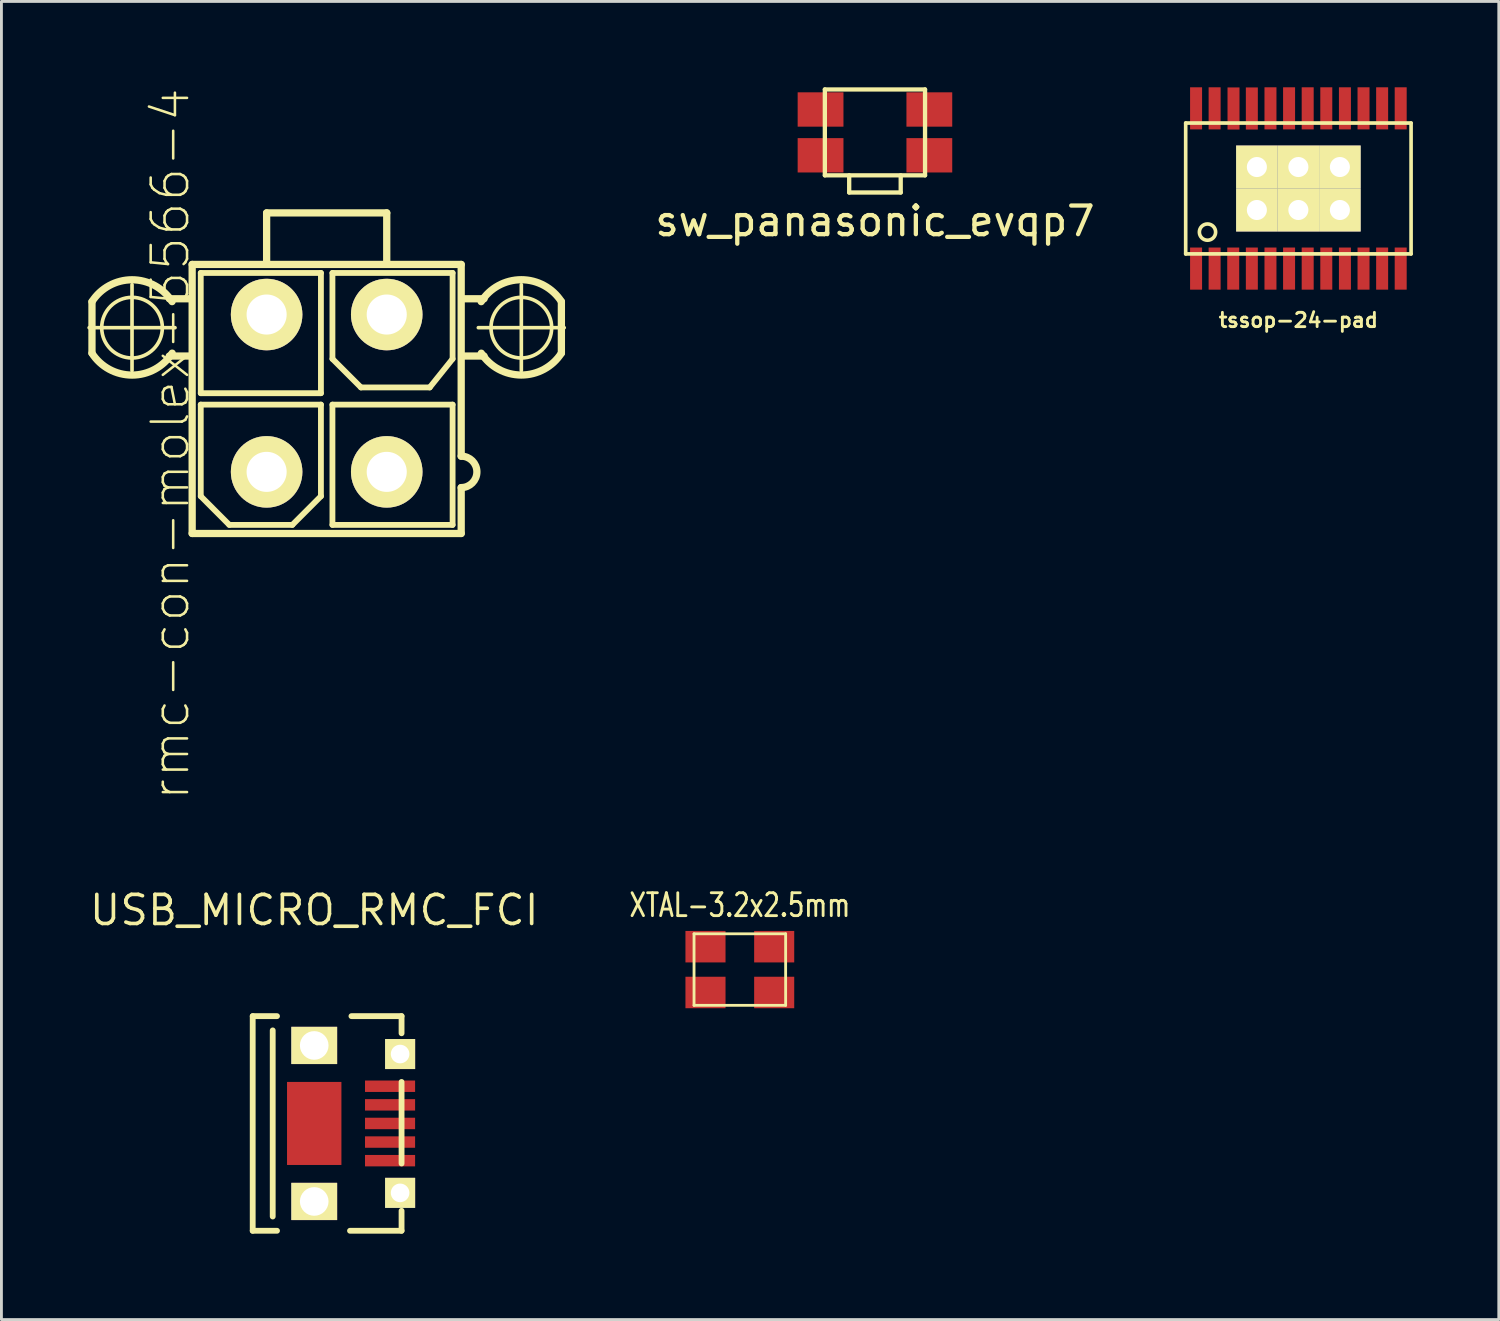
<source format=kicad_pcb>
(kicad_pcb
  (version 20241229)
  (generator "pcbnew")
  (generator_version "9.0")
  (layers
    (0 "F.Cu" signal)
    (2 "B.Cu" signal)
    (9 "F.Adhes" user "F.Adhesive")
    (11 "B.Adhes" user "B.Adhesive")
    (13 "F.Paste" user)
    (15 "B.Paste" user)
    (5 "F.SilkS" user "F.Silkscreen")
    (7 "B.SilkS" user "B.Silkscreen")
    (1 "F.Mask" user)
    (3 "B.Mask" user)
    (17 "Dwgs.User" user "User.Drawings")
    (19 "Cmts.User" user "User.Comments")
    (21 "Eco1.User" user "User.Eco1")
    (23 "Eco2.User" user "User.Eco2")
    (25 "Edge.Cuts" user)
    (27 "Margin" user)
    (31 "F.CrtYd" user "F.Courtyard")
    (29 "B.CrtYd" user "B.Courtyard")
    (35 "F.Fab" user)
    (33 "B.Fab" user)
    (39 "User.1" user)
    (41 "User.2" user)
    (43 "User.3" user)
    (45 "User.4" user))
  (footprint "USB_MICRO_RMC_FCI"
    (layer "F.Cu")
    (at 7.927 36.196)
    (property "Reference" "USB_MICRO_RMC_FCI" (at 0 -7.45 0) (layer "F.SilkS") (effects (font (size 1.016 1.016) (thickness 0.127))))
    (attr through_hole)
    (fp_line (start -2.149 -3.749) (end -1.3 -3.749) (stroke (width 0.203) (type solid)) (layer "F.SilkS"))
    (fp_line (start -2.149 3.749) (end -2.149 -3.749) (stroke (width 0.203) (type solid)) (layer "F.SilkS"))
    (fp_line (start -2.149 3.749) (end -1.3 3.749) (stroke (width 0.203) (type solid)) (layer "F.SilkS"))
    (fp_line (start -1.45 -3.251) (end -1.45 3.251) (stroke (width 0.203) (type solid)) (layer "F.SilkS"))
    (fp_line (start 1.25 3.749) (end 3.051 3.749) (stroke (width 0.203) (type solid)) (layer "F.SilkS"))
    (fp_line (start 1.3 -3.749) (end 3.051 -3.749) (stroke (width 0.203) (type solid)) (layer "F.SilkS"))
    (fp_line (start 3.051 -3.749) (end 3.051 -3.15) (stroke (width 0.203) (type solid)) (layer "F.SilkS"))
    (fp_line (start 3.051 -1.45) (end 3.051 1.4) (stroke (width 0.203) (type solid)) (layer "F.SilkS"))
    (fp_line (start 3.051 3.749) (end 3.051 3.051) (stroke (width 0.203) (type solid)) (layer "F.SilkS"))
    (pad "1" smd rect (at 2.649 -1.3) (size 1.75 0.399) (layers "F.Cu" "F.Mask" "F.Paste"))
    (pad "2" smd rect (at 2.649 -0.65) (size 1.75 0.399) (layers "F.Cu" "F.Mask" "F.Paste"))
    (pad "3" smd rect (at 2.649 0) (size 1.75 0.4) (layers "F.Cu" "F.Mask" "F.Paste"))
    (pad "4" smd rect (at 2.649 1.3) (size 1.75 0.399) (layers "F.Cu" "F.Mask" "F.Paste"))
    (pad "5" thru_hole rect (at 0 -2.725) (size 1.6 1.3) (drill 1) (layers "*.Cu" "*.Mask" "F.SilkS"))
    (pad "5" smd rect (at 0 0) (size 1.9 2.901) (layers "F.Cu" "F.Mask" "F.Paste"))
    (pad "5" thru_hole rect (at 0 2.725) (size 1.6 1.3) (drill 1) (layers "*.Cu" "*.Mask" "F.SilkS"))
    (pad "5" thru_hole rect (at 3 -2.425) (size 1.049 1.049) (drill 0.65) (layers "*.Cu" "*.Mask" "F.SilkS"))
    (pad "5" thru_hole rect (at 3 2.425) (size 1.049 1.049) (drill 0.65) (layers "*.Cu" "*.Mask" "F.SilkS"))
    (pad "6" smd rect (at 2.649 0.65) (size 1.75 0.399) (layers "F.Cu" "F.Mask" "F.Paste")))
  (footprint "XTAL-3.2x2.5mm"
    (layer "F.Cu")
    (at 22.795 30.821)
    (property "Reference" "XTAL-3.2x2.5mm" (at 0 -2.25 0) (layer "F.SilkS") (effects (font (size 0.8 0.599) (thickness 0.099))))
    (attr through_hole)
    (fp_line (start -1.6 -1.25) (end 1.6 -1.25) (stroke (width 0.099) (type solid)) (layer "F.SilkS"))
    (fp_line (start -1.6 1.249) (end -1.6 -1.25) (stroke (width 0.099) (type solid)) (layer "F.SilkS"))
    (fp_line (start 1.6 -1.25) (end 1.6 1.249) (stroke (width 0.099) (type solid)) (layer "F.SilkS"))
    (fp_line (start 1.6 1.249) (end -1.6 1.249) (stroke (width 0.099) (type solid)) (layer "F.SilkS"))
    (pad "1" smd rect (at -1.2 0.8) (size 1.4 1.1) (layers "F.Cu" "F.Mask" "F.Paste"))
    (pad "2" smd rect (at 1.2 0.8) (size 1.4 1.1) (layers "F.Cu" "F.Mask" "F.Paste"))
    (pad "3" smd rect (at 1.2 -0.8) (size 1.4 1.1) (layers "F.Cu" "F.Mask" "F.Paste"))
    (pad "4" smd rect (at -1.2 -0.8) (size 1.4 1.1) (layers "F.Cu" "F.Mask" "F.Paste")))
  (footprint "rmc-con-molex-5566-4"
    (layer "F.Cu")
    (at 8.362 10.686)
    (property "Reference" "rmc-con-molex-5566-4" (at -5.461 1.778 90) (layer "F.SilkS") (effects (font (size 1.27 1.27) (thickness 0.089))))
    (attr exclude_from_pos_files exclude_from_bom)
    (fp_line (start -8.298 -2.289) (end -5.298 -2.289) (stroke (width 0.127) (type solid)) (layer "F.SilkS"))
    (fp_line (start -8.199 -3.198) (end -8.199 -1.4) (stroke (width 0.254) (type solid)) (layer "F.SilkS"))
    (fp_line (start -6.8 -0.79) (end -6.8 -3.79) (stroke (width 0.127) (type solid)) (layer "F.SilkS"))
    (fp_line (start -5.499 -3.299) (end -4.798 -3.299) (stroke (width 0.254) (type solid)) (layer "F.SilkS"))
    (fp_line (start -5.499 -1.298) (end -4.798 -1.298) (stroke (width 0.254) (type solid)) (layer "F.SilkS"))
    (fp_line (start -4.699 -4.498) (end 4.699 -4.498) (stroke (width 0.254) (type solid)) (layer "F.SilkS"))
    (fp_line (start -4.699 4.9) (end -4.699 -4.498) (stroke (width 0.254) (type solid)) (layer "F.SilkS"))
    (fp_line (start -4.399 -4.201) (end -0.201 -4.201) (stroke (width 0.203) (type solid)) (layer "F.SilkS"))
    (fp_line (start -4.399 0) (end -4.399 -4.201) (stroke (width 0.203) (type solid)) (layer "F.SilkS"))
    (fp_line (start -4.399 0.399) (end -0.201 0.399) (stroke (width 0.203) (type solid)) (layer "F.SilkS"))
    (fp_line (start -4.399 3.599) (end -4.399 0.399) (stroke (width 0.203) (type solid)) (layer "F.SilkS"))
    (fp_line (start -3.401 4.6) (end -4.399 3.599) (stroke (width 0.203) (type solid)) (layer "F.SilkS"))
    (fp_line (start -2.098 -6.299) (end -2.098 -4.6) (stroke (width 0.254) (type solid)) (layer "F.SilkS"))
    (fp_line (start -2.098 -6.299) (end 2.098 -6.299) (stroke (width 0.254) (type solid)) (layer "F.SilkS"))
    (fp_line (start -1.199 4.6) (end -3.401 4.6) (stroke (width 0.203) (type solid)) (layer "F.SilkS"))
    (fp_line (start -0.201 -4.201) (end -0.201 0) (stroke (width 0.203) (type solid)) (layer "F.SilkS"))
    (fp_line (start -0.201 0) (end -4.399 0) (stroke (width 0.203) (type solid)) (layer "F.SilkS"))
    (fp_line (start -0.201 0.399) (end -0.201 3.599) (stroke (width 0.203) (type solid)) (layer "F.SilkS"))
    (fp_line (start -0.201 3.599) (end -1.199 4.6) (stroke (width 0.203) (type solid)) (layer "F.SilkS"))
    (fp_line (start 0.201 -4.201) (end 4.399 -4.201) (stroke (width 0.203) (type solid)) (layer "F.SilkS"))
    (fp_line (start 0.201 -1.199) (end 0.201 -4.201) (stroke (width 0.203) (type solid)) (layer "F.SilkS"))
    (fp_line (start 0.201 0.399) (end 4.399 0.399) (stroke (width 0.203) (type solid)) (layer "F.SilkS"))
    (fp_line (start 0.201 4.6) (end 0.201 0.399) (stroke (width 0.203) (type solid)) (layer "F.SilkS"))
    (fp_line (start 1.199 -0.201) (end 0.201 -1.199) (stroke (width 0.203) (type solid)) (layer "F.SilkS"))
    (fp_line (start 2.098 -6.299) (end 2.098 -4.6) (stroke (width 0.254) (type solid)) (layer "F.SilkS"))
    (fp_line (start 3.599 -0.201) (end 1.199 -0.201) (stroke (width 0.203) (type solid)) (layer "F.SilkS"))
    (fp_line (start 3.599 -0.201) (end 4.399 -1.199) (stroke (width 0.203) (type solid)) (layer "F.SilkS"))
    (fp_line (start 4 -4.501) (end 0.5 -4.501) (stroke (width 0.203) (type solid)) (layer "F.SilkS"))
    (fp_line (start 4.399 -1.199) (end 4.399 -4.201) (stroke (width 0.203) (type solid)) (layer "F.SilkS"))
    (fp_line (start 4.399 0.399) (end 4.399 4.6) (stroke (width 0.203) (type solid)) (layer "F.SilkS"))
    (fp_line (start 4.399 4.6) (end 0.201 4.6) (stroke (width 0.203) (type solid)) (layer "F.SilkS"))
    (fp_line (start 4.699 -4.498) (end 4.699 2.2) (stroke (width 0.254) (type solid)) (layer "F.SilkS"))
    (fp_line (start 4.699 3.299) (end 4.699 4.9) (stroke (width 0.254) (type solid)) (layer "F.SilkS"))
    (fp_line (start 4.699 4.9) (end -4.699 4.9) (stroke (width 0.254) (type solid)) (layer "F.SilkS"))
    (fp_line (start 5.298 -2.289) (end 8.298 -2.289) (stroke (width 0.127) (type solid)) (layer "F.SilkS"))
    (fp_line (start 5.499 -3.299) (end 4.798 -3.299) (stroke (width 0.254) (type solid)) (layer "F.SilkS"))
    (fp_line (start 5.499 -1.298) (end 4.798 -1.298) (stroke (width 0.254) (type solid)) (layer "F.SilkS"))
    (fp_line (start 6.8 -0.79) (end 6.8 -3.79) (stroke (width 0.127) (type solid)) (layer "F.SilkS"))
    (fp_line (start 8.199 -1.4) (end 8.199 -3.198) (stroke (width 0.254) (type solid)) (layer "F.SilkS"))
    (fp_arc (start -8.19912 -3.19786) (mid -6.800467 -3.96219) (end -5.400999 -3.199352) (stroke (width 0.254) (type solid)) (layer "F.SilkS"))
    (fp_arc (start -5.3975 -1.39954) (mid -6.797319 -0.633073) (end -8.199214 -1.395737) (stroke (width 0.254) (type solid)) (layer "F.SilkS"))
    (fp_arc (start 4.699 2.19964) (mid 5.24764 2.74828) (end 4.699 3.29692) (stroke (width 0.254) (type solid)) (layer "F.SilkS"))
    (fp_arc (start 5.3975 -3.19786) (mid 6.797319 -3.964327) (end 8.199214 -3.201663) (stroke (width 0.254) (type solid)) (layer "F.SilkS"))
    (fp_arc (start 8.19912 -1.39954) (mid 6.800467 -0.63521) (end 5.400999 -1.398048) (stroke (width 0.254) (type solid)) (layer "F.SilkS"))
    (fp_circle (center -6.8 -2.289) (end -7.549 -3.038) (stroke (width 0.127) (type solid)) (fill no) (layer "F.SilkS"))
    (fp_circle (center 6.8 -2.289) (end 7.549 -3.038) (stroke (width 0.127) (type solid)) (fill no) (layer "F.SilkS"))
    (pad "1" thru_hole circle (at 2.098 2.748) (size 2.499 2.499) (drill 1.4) (layers "*.Cu" "*.Mask" "F.SilkS"))
    (pad "2" thru_hole circle (at -2.098 2.748) (size 2.499 2.499) (drill 1.4) (layers "*.Cu" "*.Mask" "F.SilkS"))
    (pad "3" thru_hole circle (at 2.098 -2.748) (size 2.499 2.499) (drill 1.4) (layers "*.Cu" "*.Mask" "F.SilkS"))
    (pad "4" thru_hole circle (at -2.098 -2.748) (size 2.499 2.499) (drill 1.4) (layers "*.Cu" "*.Mask" "F.SilkS")))
  (footprint "sw_panasonic_evqp7"
    (layer "F.Cu")
    (at 27.515 1.575)
    (property "Reference" "sw_panasonic_evqp7" (at 0 3.1 0) (layer "F.SilkS") (effects (font (size 1 1) (thickness 0.15))))
    (attr through_hole)
    (fp_line (start -1.75 -1.5) (end 1.75 -1.5) (stroke (width 0.15) (type solid)) (layer "F.SilkS"))
    (fp_line (start -1.75 1.5) (end -1.75 -1.5) (stroke (width 0.15) (type solid)) (layer "F.SilkS"))
    (fp_line (start -0.9 2.1) (end -0.9 1.5) (stroke (width 0.15) (type solid)) (layer "F.SilkS"))
    (fp_line (start -0.9 2.1) (end 0.9 2.1) (stroke (width 0.15) (type solid)) (layer "F.SilkS"))
    (fp_line (start 0.9 2.1) (end 0.9 1.5) (stroke (width 0.15) (type solid)) (layer "F.SilkS"))
    (fp_line (start 1.75 -1.5) (end 1.75 1.5) (stroke (width 0.15) (type solid)) (layer "F.SilkS"))
    (fp_line (start 1.75 1.5) (end -1.75 1.5) (stroke (width 0.15) (type solid)) (layer "F.SilkS"))
    (pad "1" smd rect (at -1.9 -0.8) (size 1.6 1.2) (layers "F.Cu" "F.Mask" "F.Paste"))
    (pad "1" smd rect (at 1.9 -0.8) (size 1.6 1.2) (layers "F.Cu" "F.Mask" "F.Paste"))
    (pad "2" smd rect (at -1.9 0.8) (size 1.6 1.2) (layers "F.Cu" "F.Mask" "F.Paste"))
    (pad "2" smd rect (at 1.9 0.8) (size 1.6 1.2) (layers "F.Cu" "F.Mask" "F.Paste")))
  (footprint "tssop-24-pad"
    (layer "F.Cu")
    (at 42.307 3.534)
    (property "Reference" "tssop-24-pad" (at 0 4.6 0) (layer "F.SilkS") (effects (font (size 0.5 0.5) (thickness 0.099))))
    (attr through_hole)
    (fp_line (start -3.937 -2.286) (end -3.937 2.286) (stroke (width 0.127) (type solid)) (layer "F.SilkS"))
    (fp_line (start -3.937 2.286) (end 3.937 2.286) (stroke (width 0.127) (type solid)) (layer "F.SilkS"))
    (fp_line (start 3.937 -2.286) (end -3.937 -2.286) (stroke (width 0.127) (type solid)) (layer "F.SilkS"))
    (fp_line (start 3.937 2.286) (end 3.937 -2.286) (stroke (width 0.127) (type solid)) (layer "F.SilkS"))
    (fp_circle (center -3.175 1.524) (end -3.302 1.778) (stroke (width 0.127) (type solid)) (fill no) (layer "F.SilkS"))
    (pad "1" smd rect (at -3.574 2.799) (size 0.419 1.471) (layers "F.Cu" "F.Mask" "F.Paste"))
    (pad "2" smd rect (at -2.926 2.799) (size 0.419 1.471) (layers "F.Cu" "F.Mask" "F.Paste"))
    (pad "3" smd rect (at -2.276 2.799) (size 0.419 1.471) (layers "F.Cu" "F.Mask" "F.Paste"))
    (pad "4" smd rect (at -1.626 2.799) (size 0.419 1.471) (layers "F.Cu" "F.Mask" "F.Paste"))
    (pad "5" smd rect (at -0.975 2.799) (size 0.419 1.471) (layers "F.Cu" "F.Mask" "F.Paste"))
    (pad "6" smd rect (at -0.325 2.799) (size 0.419 1.471) (layers "F.Cu" "F.Mask" "F.Paste"))
    (pad "7" smd rect (at 0.325 2.799) (size 0.419 1.471) (layers "F.Cu" "F.Mask" "F.Paste"))
    (pad "8" smd rect (at 0.975 2.799) (size 0.419 1.471) (layers "F.Cu" "F.Mask" "F.Paste"))
    (pad "9" smd rect (at 1.626 2.799) (size 0.419 1.471) (layers "F.Cu" "F.Mask" "F.Paste"))
    (pad "10" smd rect (at 2.276 2.799) (size 0.419 1.471) (layers "F.Cu" "F.Mask" "F.Paste"))
    (pad "11" smd rect (at 2.926 2.799) (size 0.419 1.471) (layers "F.Cu" "F.Mask" "F.Paste"))
    (pad "12" smd rect (at 3.574 2.799) (size 0.419 1.471) (layers "F.Cu" "F.Mask" "F.Paste"))
    (pad "13" smd rect (at 3.574 -2.799) (size 0.419 1.471) (layers "F.Cu" "F.Mask" "F.Paste"))
    (pad "14" smd rect (at 2.926 -2.799) (size 0.419 1.471) (layers "F.Cu" "F.Mask" "F.Paste"))
    (pad "15" smd rect (at 2.276 -2.799) (size 0.419 1.471) (layers "F.Cu" "F.Mask" "F.Paste"))
    (pad "16" smd rect (at 1.626 -2.799) (size 0.419 1.471) (layers "F.Cu" "F.Mask" "F.Paste"))
    (pad "17" smd rect (at 0.975 -2.799) (size 0.419 1.471) (layers "F.Cu" "F.Mask" "F.Paste"))
    (pad "18" smd rect (at 0.325 -2.799) (size 0.419 1.471) (layers "F.Cu" "F.Mask" "F.Paste"))
    (pad "19" smd rect (at -0.325 -2.799) (size 0.419 1.471) (layers "F.Cu" "F.Mask" "F.Paste"))
    (pad "20" smd rect (at -0.975 -2.799) (size 0.419 1.471) (layers "F.Cu" "F.Mask" "F.Paste"))
    (pad "21" smd rect (at -1.626 -2.794) (size 0.419 1.471) (layers "F.Cu" "F.Mask" "F.Paste"))
    (pad "22" smd rect (at -2.266 -2.794) (size 0.419 1.471) (layers "F.Cu" "F.Mask" "F.Paste"))
    (pad "23" smd rect (at -2.926 -2.799) (size 0.419 1.471) (layers "F.Cu" "F.Mask" "F.Paste"))
    (pad "24" smd rect (at -3.574 -2.799) (size 0.419 1.471) (layers "F.Cu" "F.Mask" "F.Paste"))
    (pad "PAD" thru_hole rect (at -1.45 -0.749) (size 1.45 1.501) (drill 0.701) (layers "*.Cu" "*.Mask" "F.SilkS"))
    (pad "PAD" thru_hole rect (at -1.45 0.752) (size 1.45 1.501) (drill 0.701) (layers "*.Cu" "*.Mask" "F.SilkS"))
    (pad "PAD" thru_hole rect (at 0 -0.749) (size 1.45 1.501) (drill 0.701) (layers "*.Cu" "*.Mask" "F.SilkS"))
    (pad "PAD" thru_hole rect (at 0 0.752) (size 1.45 1.501) (drill 0.701) (layers "*.Cu" "*.Mask" "F.SilkS"))
    (pad "PAD" thru_hole rect (at 1.45 -0.749) (size 1.45 1.501) (drill 0.701) (layers "*.Cu" "*.Mask" "F.SilkS"))
    (pad "PAD" thru_hole rect (at 1.45 0.752) (size 1.45 1.501) (drill 0.701) (layers "*.Cu" "*.Mask" "F.SilkS")))
  (gr_rect
    (start -3 -3)
    (end 49.308 43.047)
    (stroke (width 0.1) (type default))
    (fill no)
    (layer "Edge.Cuts")))
</source>
